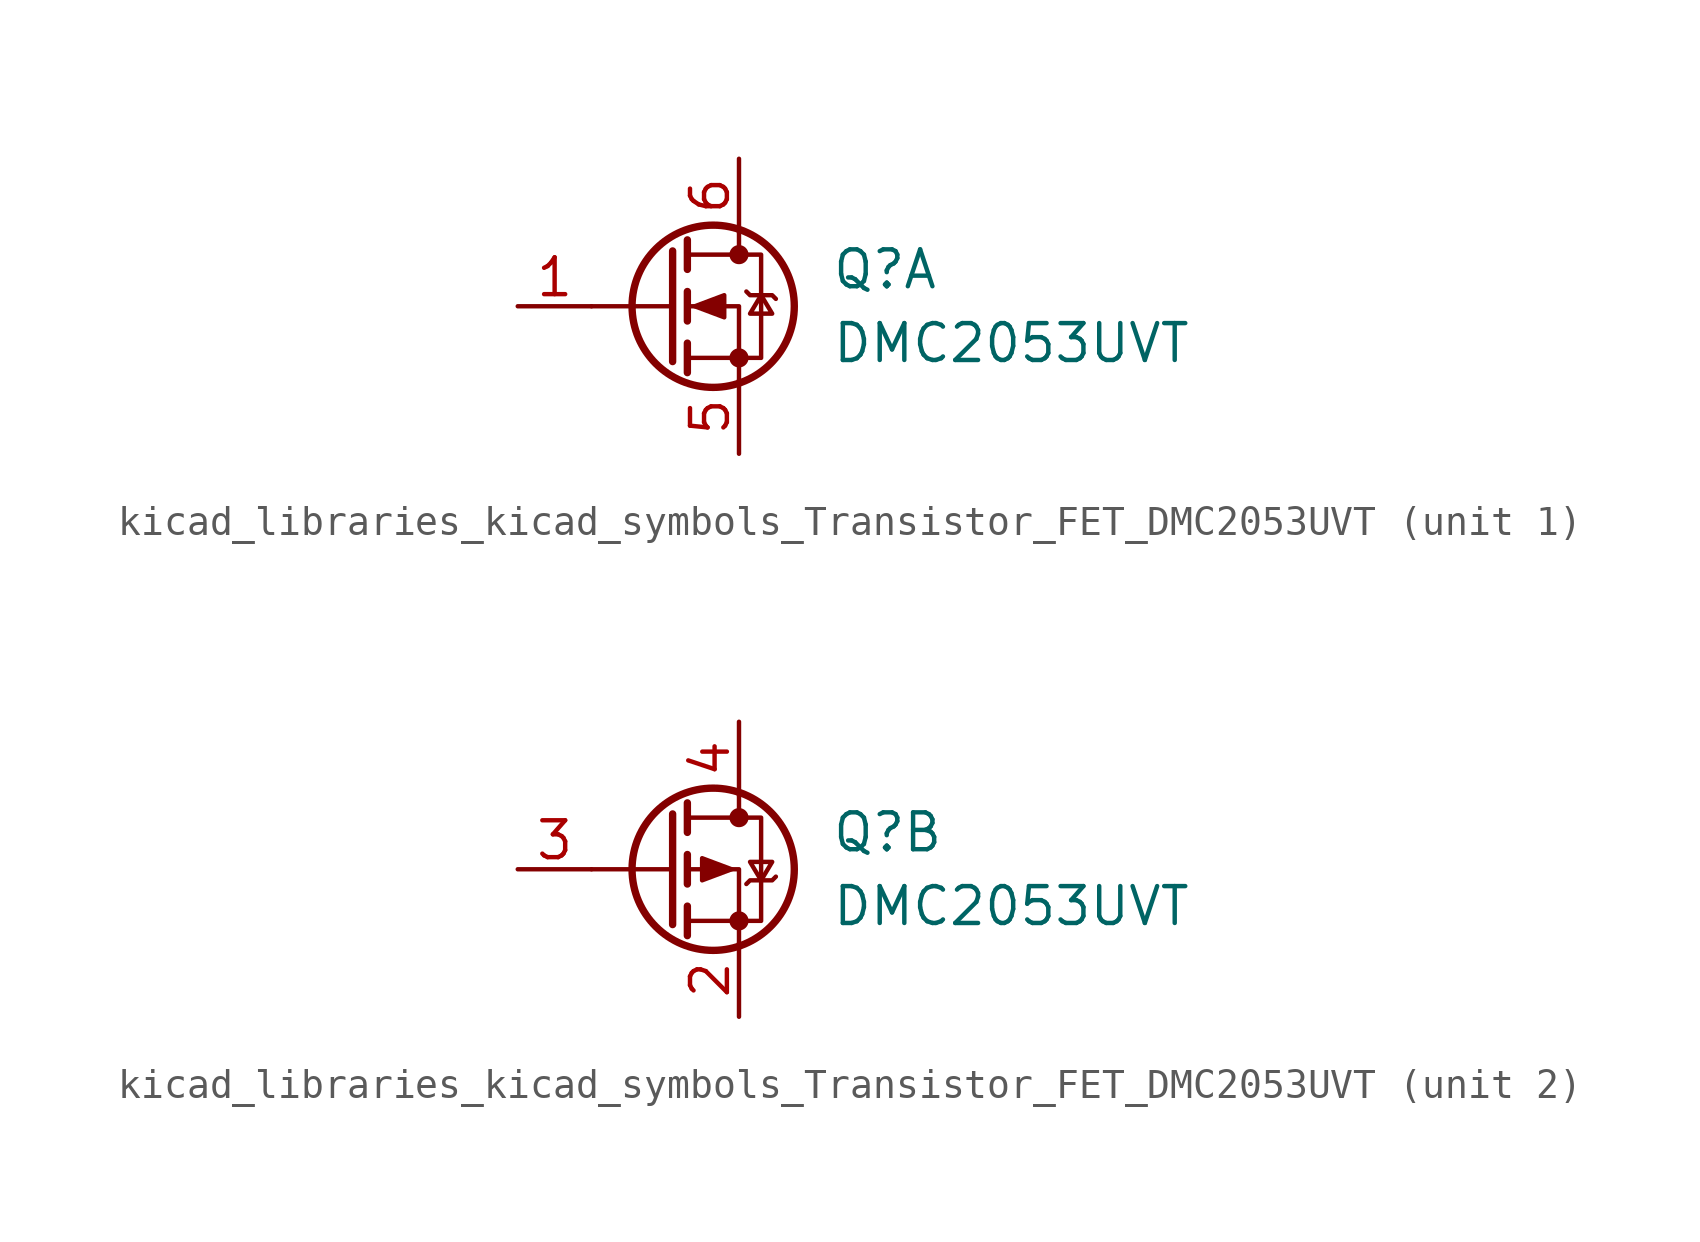
<source format=kicad_sym>
(kicad_symbol_lib
  (version 20220914)
  (generator kicad_symbol_editor)
  (symbol "kicad_libraries_kicad_symbols_Transistor_FET_DMC2053UVT"
    (pin_names hide)
    (property "Reference" "Q"
      (at 3.175 1.27 0)
      (effects (font (size 1.27 1.27)) (justify left)))
    (property "Value" "DMC2053UVT"
      (at 3.175 -1.27 0)
      (effects (font (size 1.27 1.27)) (justify left)))
    (symbol "kicad_libraries_kicad_symbols_Transistor_FET_DMC2053UVT_0_1"
      (circle (center -0.889 0) (radius 2.794) (stroke (width 0.254) (type default)) (fill (type none)))
      (circle (center 0 -1.778) (radius 0.254) (stroke (width 0) (type default)) (fill (type outline)))
      (polyline (pts (xy -2.286 0) (xy -5.08 0)) (stroke (width 0) (type default)) (fill (type none)))
      (polyline (pts (xy -2.286 1.905) (xy -2.286 -1.905)) (stroke (width 0.254) (type default)) (fill (type none)))
      (polyline (pts (xy -1.778 -1.27) (xy -1.778 -2.286)) (stroke (width 0.254) (type default)) (fill (type none)))
      (polyline (pts (xy -1.778 0.508) (xy -1.778 -0.508)) (stroke (width 0.254) (type default)) (fill (type none)))
      (polyline (pts (xy -1.778 2.286) (xy -1.778 1.27)) (stroke (width 0.254) (type default)) (fill (type none)))
      (polyline (pts (xy 0 2.54) (xy 0 1.778)) (stroke (width 0) (type default)) (fill (type none)))
      (polyline (pts (xy 0 -2.54) (xy 0 0) (xy -1.778 0)) (stroke (width 0) (type default)) (fill (type none)))
      (polyline (pts (xy -1.778 -1.778) (xy 0.762 -1.778) (xy 0.762 1.778) (xy -1.778 1.778)) (stroke (width 0) (type default)) (fill (type none)))
      (circle (center 0 1.778) (radius 0.254) (stroke (width 0) (type default)) (fill (type outline))))
    (symbol "kicad_libraries_kicad_symbols_Transistor_FET_DMC2053UVT_1_1"
      (polyline (pts (xy -1.524 0) (xy -0.508 0.381) (xy -0.508 -0.381) (xy -1.524 0)) (stroke (width 0) (type default)) (fill (type outline)))
      (polyline (pts (xy 0.254 0.508) (xy 0.381 0.381) (xy 1.143 0.381) (xy 1.27 0.254)) (stroke (width 0) (type default)) (fill (type none)))
      (polyline (pts (xy 0.762 0.381) (xy 0.381 -0.254) (xy 1.143 -0.254) (xy 0.762 0.381)) (stroke (width 0) (type default)) (fill (type none)))
      (pin passive line (at -7.62 0 0) (length 2.54) (name "G" (effects (font (size 1.27 1.27)))) (number "1" (effects (font (size 1.27 1.27)))))
      (pin passive line (at 0 -5.08 90) (length 2.54) (name "S" (effects (font (size 1.27 1.27)))) (number "5" (effects (font (size 1.27 1.27)))))
      (pin passive line (at 0 5.08 270) (length 2.54) (name "D" (effects (font (size 1.27 1.27)))) (number "6" (effects (font (size 1.27 1.27))))))
    (symbol "kicad_libraries_kicad_symbols_Transistor_FET_DMC2053UVT_2_1"
      (polyline (pts (xy -0.254 0) (xy -1.27 0.381) (xy -1.27 -0.381) (xy -0.254 0)) (stroke (width 0) (type default)) (fill (type outline)))
      (polyline (pts (xy 0.254 -0.508) (xy 0.381 -0.381) (xy 1.143 -0.381) (xy 1.27 -0.254)) (stroke (width 0) (type default)) (fill (type none)))
      (polyline (pts (xy 0.762 -0.381) (xy 0.381 0.254) (xy 1.143 0.254) (xy 0.762 -0.381)) (stroke (width 0) (type default)) (fill (type none)))
      (pin passive line (at 0 -5.08 90) (length 2.54) (name "S" (effects (font (size 1.27 1.27)))) (number "2" (effects (font (size 1.27 1.27)))))
      (pin passive line (at -7.62 0 0) (length 2.54) (name "G" (effects (font (size 1.27 1.27)))) (number "3" (effects (font (size 1.27 1.27)))))
      (pin passive line (at 0 5.08 270) (length 2.54) (name "D" (effects (font (size 1.27 1.27)))) (number "4" (effects (font (size 1.27 1.27))))))))
</source>
